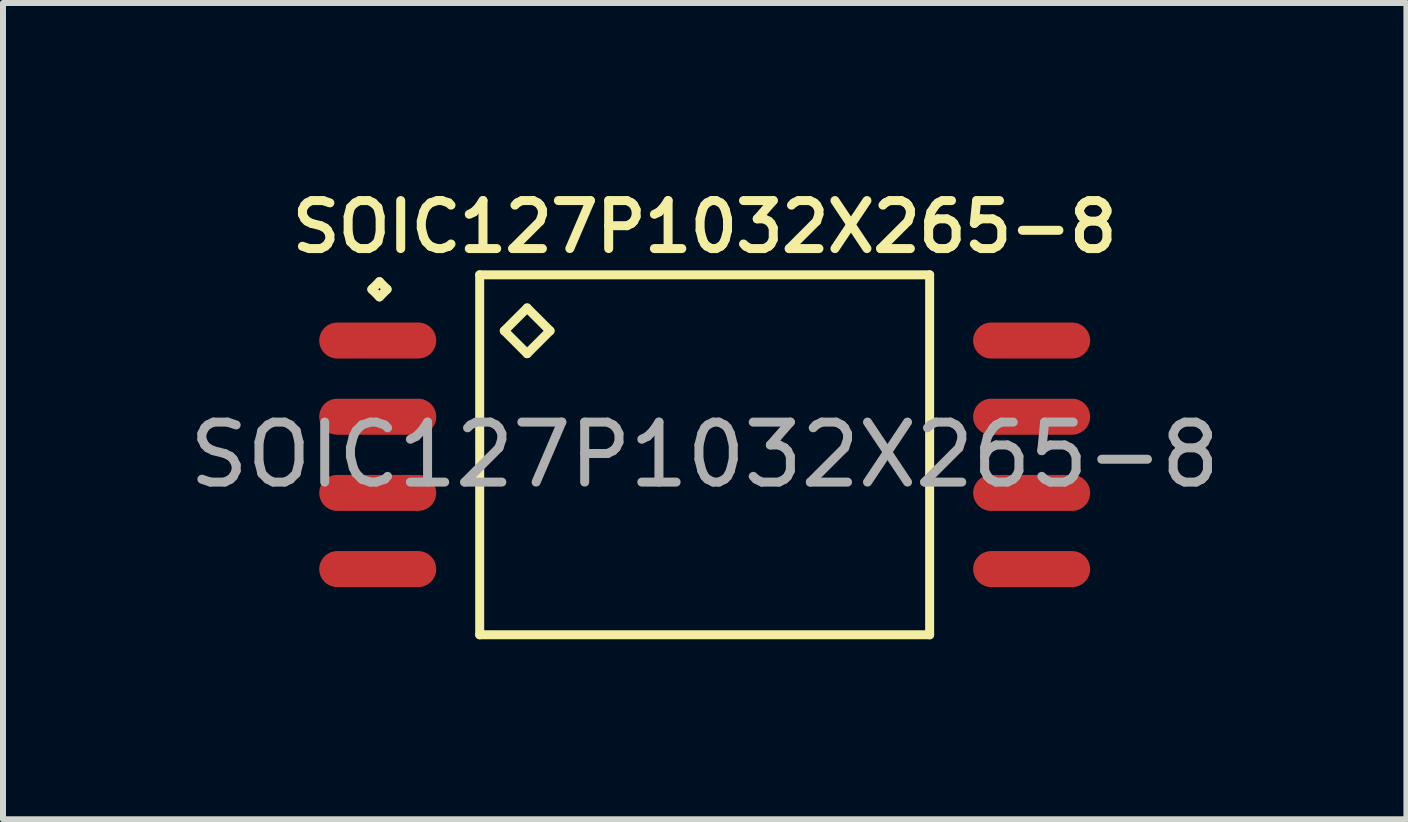
<source format=kicad_pcb>
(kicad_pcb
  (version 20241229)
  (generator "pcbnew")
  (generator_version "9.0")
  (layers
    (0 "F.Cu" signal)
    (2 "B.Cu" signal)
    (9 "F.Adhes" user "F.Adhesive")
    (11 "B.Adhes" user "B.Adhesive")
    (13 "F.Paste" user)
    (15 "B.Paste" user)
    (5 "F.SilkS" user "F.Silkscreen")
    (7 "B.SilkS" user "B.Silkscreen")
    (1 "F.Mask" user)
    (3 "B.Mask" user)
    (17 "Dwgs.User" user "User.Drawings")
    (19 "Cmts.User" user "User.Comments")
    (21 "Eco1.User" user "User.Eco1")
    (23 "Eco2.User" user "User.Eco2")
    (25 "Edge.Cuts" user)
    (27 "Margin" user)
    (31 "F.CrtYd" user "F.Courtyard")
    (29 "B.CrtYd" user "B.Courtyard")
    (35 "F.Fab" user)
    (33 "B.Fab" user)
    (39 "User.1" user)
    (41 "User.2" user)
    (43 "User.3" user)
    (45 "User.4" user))
  (footprint "SOIC127P1032X265-8"
    (layer "F.Cu")
    (at 8.696 4.531)
    (property "Reference" "SOIC127P1032X265-8" (at 0 -3.8 0) (layer "F.SilkS") (effects (font (size 0.8 0.8) (thickness 0.15))))
    (attr smd)
    (fp_line (start -5.548 -2.759) (end -5.421 -2.886) (stroke (width 0.15) (type solid)) (layer "F.SilkS"))
    (fp_line (start -5.421 -2.886) (end -5.294 -2.759) (stroke (width 0.15) (type solid)) (layer "F.SilkS"))
    (fp_line (start -5.421 -2.632) (end -5.548 -2.759) (stroke (width 0.15) (type solid)) (layer "F.SilkS"))
    (fp_line (start -5.294 -2.759) (end -5.421 -2.632) (stroke (width 0.15) (type solid)) (layer "F.SilkS"))
    (fp_line (start -3.75 -3) (end -3.75 3) (stroke (width 0.15) (type solid)) (layer "F.SilkS"))
    (fp_line (start -3.75 3) (end 3.75 3) (stroke (width 0.15) (type solid)) (layer "F.SilkS"))
    (fp_line (start -3.34 -2.067) (end -2.959 -2.448) (stroke (width 0.15) (type solid)) (layer "F.SilkS"))
    (fp_line (start -2.959 -2.448) (end -2.578 -2.067) (stroke (width 0.15) (type solid)) (layer "F.SilkS"))
    (fp_line (start -2.959 -1.686) (end -3.34 -2.067) (stroke (width 0.15) (type solid)) (layer "F.SilkS"))
    (fp_line (start -2.578 -2.067) (end -2.959 -1.686) (stroke (width 0.15) (type solid)) (layer "F.SilkS"))
    (fp_line (start 3.75 -3) (end -3.75 -3) (stroke (width 0.15) (type solid)) (layer "F.SilkS"))
    (fp_line (start 3.75 3) (end 3.75 -3) (stroke (width 0.15) (type solid)) (layer "F.SilkS"))
    (fp_text user "${REFERENCE}" (at 0 0 0) (layer "F.Fab") (effects (font (size 1 1) (thickness 0.15))))
    (pad "1" smd oval (at -5.45 -1.905) (size 1.95 0.6) (layers "F.Cu" "F.Mask" "F.Paste"))
    (pad "2" smd oval (at -5.45 -0.635) (size 1.95 0.6) (layers "F.Cu" "F.Mask" "F.Paste"))
    (pad "3" smd oval (at -5.45 0.635) (size 1.95 0.6) (layers "F.Cu" "F.Mask" "F.Paste"))
    (pad "4" smd oval (at -5.45 1.905) (size 1.95 0.6) (layers "F.Cu" "F.Mask" "F.Paste"))
    (pad "5" smd oval (at 5.45 1.905) (size 1.95 0.6) (layers "F.Cu" "F.Mask" "F.Paste"))
    (pad "6" smd oval (at 5.45 0.635) (size 1.95 0.6) (layers "F.Cu" "F.Mask" "F.Paste"))
    (pad "7" smd oval (at 5.45 -0.635) (size 1.95 0.6) (layers "F.Cu" "F.Mask" "F.Paste"))
    (pad "8" smd oval (at 5.45 -1.905) (size 1.95 0.6) (layers "F.Cu" "F.Mask" "F.Paste")))
  (gr_rect
    (start -3 -3)
    (end 20.393 10.606)
    (stroke (width 0.1) (type default))
    (fill no)
    (layer "Edge.Cuts")))
</source>
